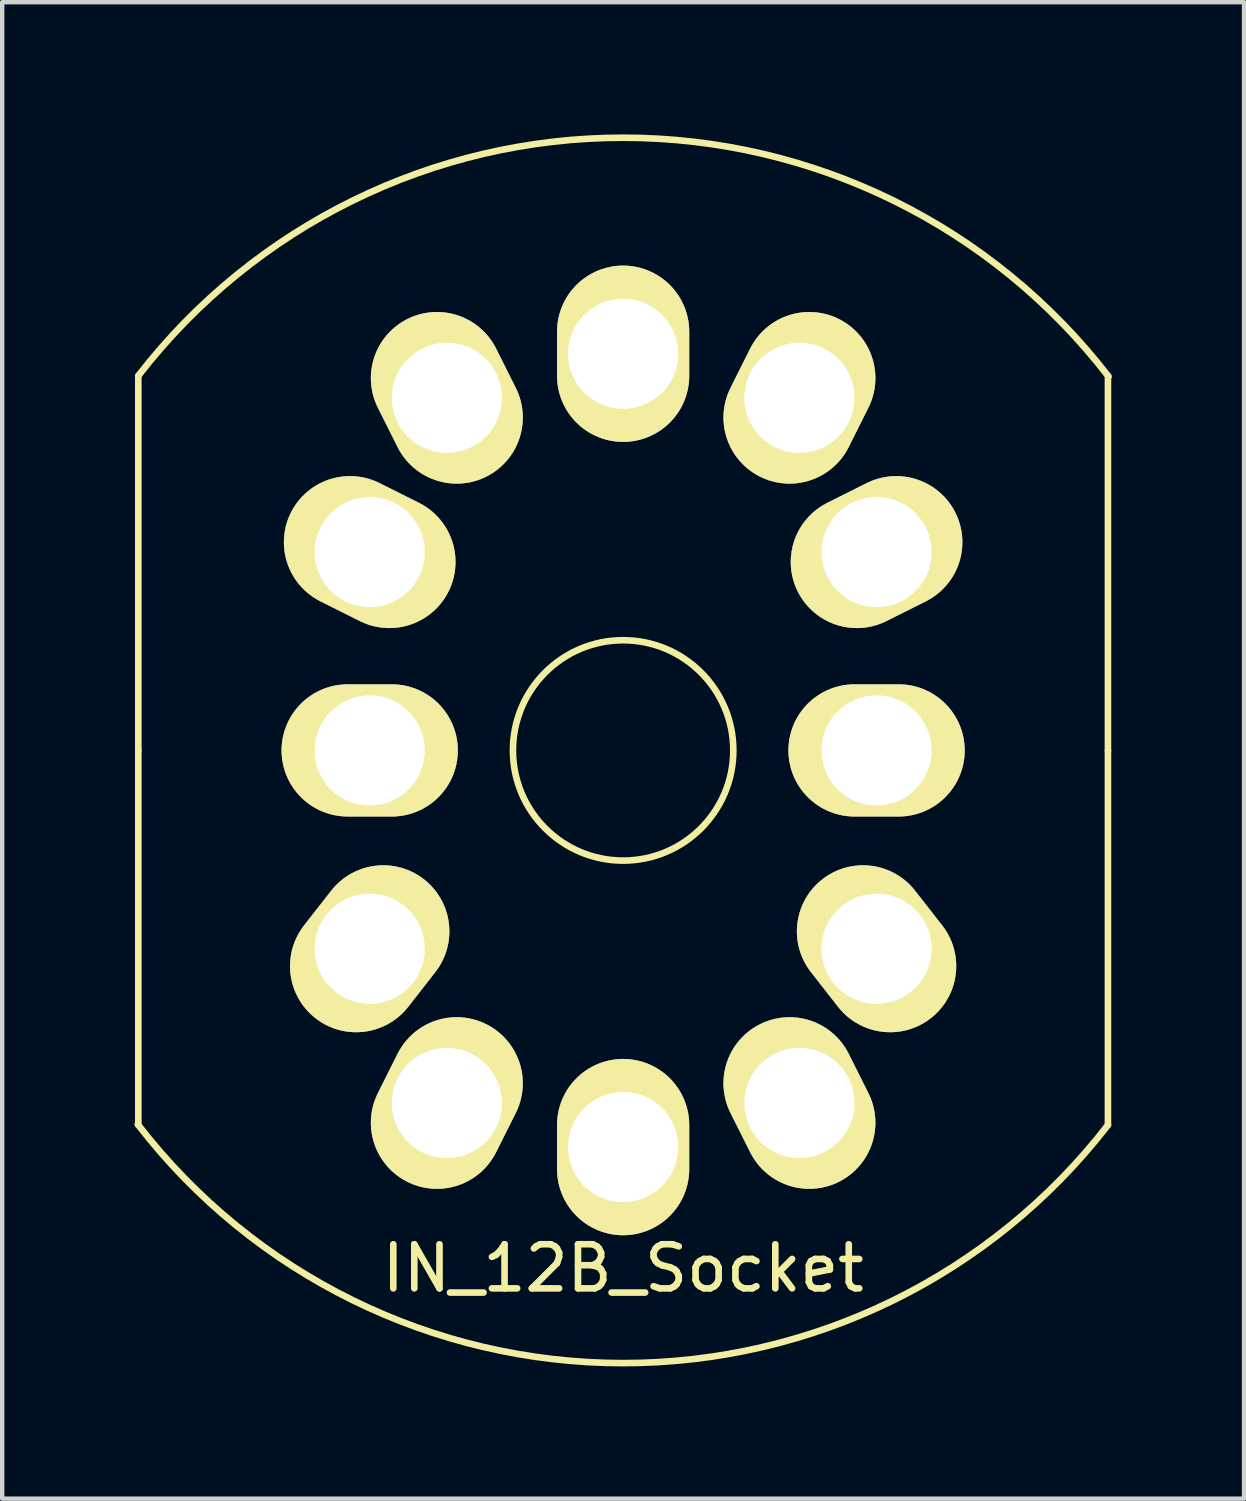
<source format=kicad_pcb>
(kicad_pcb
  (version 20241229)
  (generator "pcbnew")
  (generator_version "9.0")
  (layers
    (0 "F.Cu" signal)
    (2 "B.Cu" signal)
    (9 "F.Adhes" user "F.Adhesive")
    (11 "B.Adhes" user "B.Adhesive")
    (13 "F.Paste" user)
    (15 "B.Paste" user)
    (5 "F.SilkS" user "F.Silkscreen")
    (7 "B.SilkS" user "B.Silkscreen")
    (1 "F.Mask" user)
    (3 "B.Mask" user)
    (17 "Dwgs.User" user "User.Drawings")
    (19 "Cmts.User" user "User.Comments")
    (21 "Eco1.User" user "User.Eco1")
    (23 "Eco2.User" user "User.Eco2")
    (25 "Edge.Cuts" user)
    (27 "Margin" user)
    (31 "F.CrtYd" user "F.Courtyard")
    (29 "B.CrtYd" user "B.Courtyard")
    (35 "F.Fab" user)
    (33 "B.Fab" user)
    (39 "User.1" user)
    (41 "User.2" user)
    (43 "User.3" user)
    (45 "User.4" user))
  (footprint "IN_12B_Socket"
    (layer "F.Cu")
    (at 11.088 13.976)
    (property "Reference" "IN_12B_Socket" (at 0 11.75 0) (layer "F.SilkS") (effects (font (size 1 1) (thickness 0.15))))
    (attr through_hole)
    (fp_line (start -11 0) (end -11 -8.5) (stroke (width 0.15) (type solid)) (layer "F.SilkS"))
    (fp_line (start -11 0) (end -11 8.5) (stroke (width 0.15) (type solid)) (layer "F.SilkS"))
    (fp_line (start 11 0) (end 11 -8.5) (stroke (width 0.15) (type solid)) (layer "F.SilkS"))
    (fp_line (start 11 0) (end 11 8.5) (stroke (width 0.15) (type solid)) (layer "F.SilkS"))
    (fp_arc (start -11 -8.5) (mid 0.010734 -13.901435) (end 11.013113 -8.483003) (stroke (width 0.15) (type solid)) (layer "F.SilkS"))
    (fp_arc (start 11 8.5) (mid -0.010734 13.901435) (end -11.013113 8.483003) (stroke (width 0.15) (type solid)) (layer "F.SilkS"))
    (fp_circle (center 0 0) (end 2.5 0) (stroke (width 0.15) (type solid)) (fill no) (layer "F.SilkS"))
    (pad "1" thru_hole oval (at 4 8 206.6) (size 3 4) (drill 2.5) (layers "*.Cu" "*.Mask" "F.SilkS"))
    (pad "2" thru_hole oval (at 5.75 4.5 218) (size 3 4) (drill 2.5) (layers "*.Cu" "*.Mask" "F.SilkS"))
    (pad "3" thru_hole oval (at 5.75 0 270) (size 3 4) (drill 2.5) (layers "*.Cu" "*.Mask" "F.SilkS"))
    (pad "4" thru_hole oval (at 5.75 -4.5 296.6) (size 3 4) (drill 2.5) (layers "*.Cu" "*.Mask" "F.SilkS"))
    (pad "5" thru_hole oval (at 4 -8 333.4) (size 3 4) (drill 2.5) (layers "*.Cu" "*.Mask" "F.SilkS"))
    (pad "6" thru_hole oval (at 0 -9 180) (size 3 4) (drill 2.5) (layers "*.Cu" "*.Mask" "F.SilkS"))
    (pad "7" thru_hole oval (at -4 -8 26.6) (size 3 4) (drill 2.5) (layers "*.Cu" "*.Mask" "F.SilkS"))
    (pad "8" thru_hole oval (at -5.75 -4.5 63.4) (size 3 4) (drill 2.5) (layers "*.Cu" "*.Mask" "F.SilkS"))
    (pad "9" thru_hole oval (at -5.75 0 90) (size 3 4) (drill 2.5) (layers "*.Cu" "*.Mask" "F.SilkS"))
    (pad "10" thru_hole oval (at -5.75 4.5 142) (size 3 4) (drill 2.5) (layers "*.Cu" "*.Mask" "F.SilkS"))
    (pad "11" thru_hole oval (at -4 8 153.4) (size 3 4) (drill 2.5) (layers "*.Cu" "*.Mask" "F.SilkS"))
    (pad "12" thru_hole oval (at 0 9 180) (size 3 4) (drill 2.5) (layers "*.Cu" "*.Mask" "F.SilkS")))
  (gr_rect
    (start -3 -3)
    (end 25.176 30.953)
    (stroke (width 0.1) (type default))
    (fill no)
    (layer "Edge.Cuts")))
</source>
